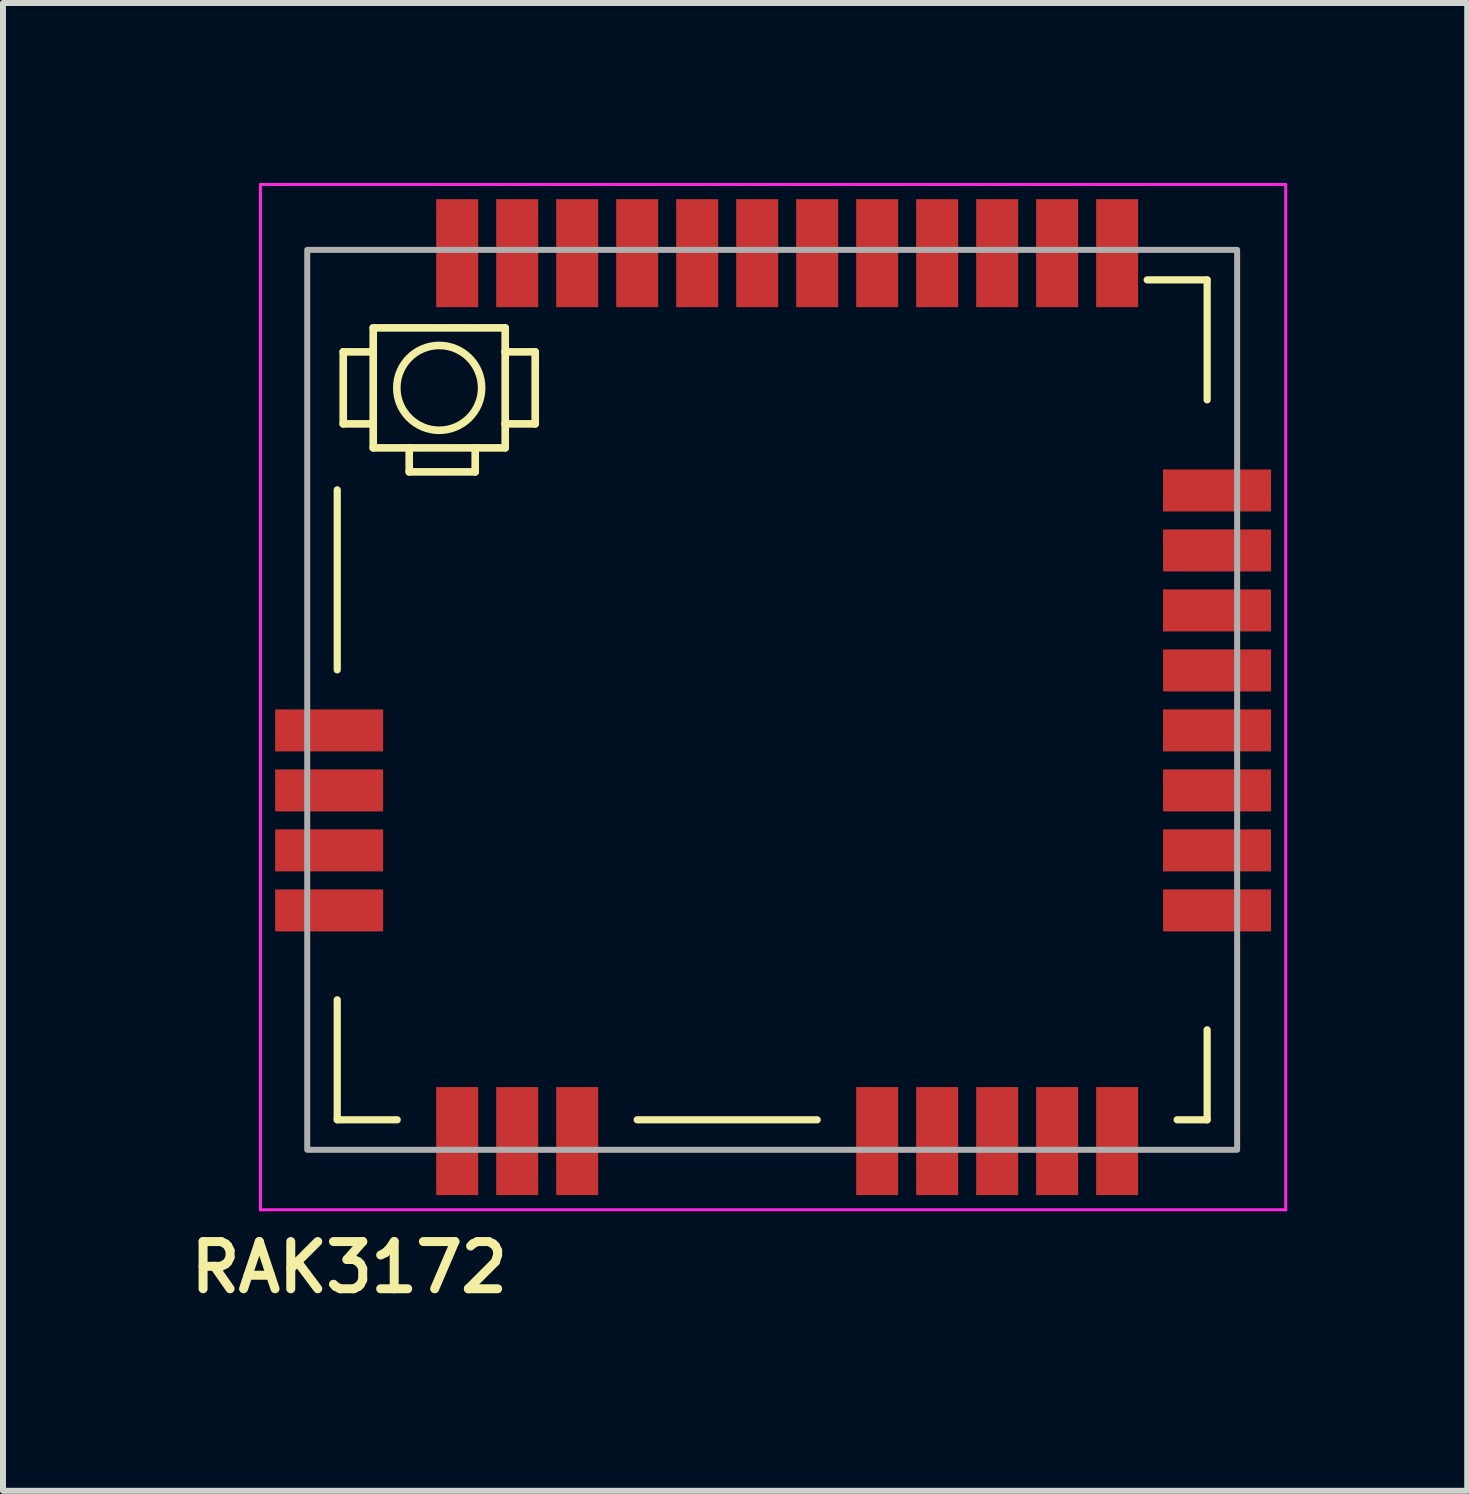
<source format=kicad_pcb>
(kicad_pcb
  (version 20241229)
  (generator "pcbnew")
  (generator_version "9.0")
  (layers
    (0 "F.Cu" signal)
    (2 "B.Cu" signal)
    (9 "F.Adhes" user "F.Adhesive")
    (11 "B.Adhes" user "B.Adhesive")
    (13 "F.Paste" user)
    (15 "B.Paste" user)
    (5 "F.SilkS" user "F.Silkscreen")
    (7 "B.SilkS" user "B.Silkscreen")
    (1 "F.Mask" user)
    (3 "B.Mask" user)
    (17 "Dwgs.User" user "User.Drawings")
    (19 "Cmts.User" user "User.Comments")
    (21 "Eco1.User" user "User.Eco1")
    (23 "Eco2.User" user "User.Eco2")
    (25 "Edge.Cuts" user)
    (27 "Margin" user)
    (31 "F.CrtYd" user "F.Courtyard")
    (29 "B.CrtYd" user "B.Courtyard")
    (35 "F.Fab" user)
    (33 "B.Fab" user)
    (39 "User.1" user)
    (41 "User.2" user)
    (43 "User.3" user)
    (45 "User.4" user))
  (footprint "RAK3172"
    (layer "F.Cu")
    (at 9.841 8.575)
    (property "Reference" "RAK3172" (at -7.07 9.5 0) (layer "F.SilkS") (effects (font (size 0.787 0.787) (thickness 0.15))))
    (attr smd)
    (fp_line (start -7.27 -3.46) (end -7.27 -0.46) (stroke (width 0.12) (type solid)) (layer "F.SilkS"))
    (fp_line (start -7.27 5.04) (end -7.27 7.04) (stroke (width 0.12) (type solid)) (layer "F.SilkS"))
    (fp_line (start -7.27 7.04) (end -6.27 7.04) (stroke (width 0.12) (type solid)) (layer "F.SilkS"))
    (fp_line (start -7.17 -5.76) (end -6.67 -5.76) (stroke (width 0.127) (type solid)) (layer "F.SilkS"))
    (fp_line (start -7.17 -4.56) (end -7.17 -5.76) (stroke (width 0.127) (type solid)) (layer "F.SilkS"))
    (fp_line (start -6.67 -6.16) (end -4.47 -6.16) (stroke (width 0.127) (type solid)) (layer "F.SilkS"))
    (fp_line (start -6.67 -5.76) (end -6.67 -6.16) (stroke (width 0.127) (type solid)) (layer "F.SilkS"))
    (fp_line (start -6.67 -4.56) (end -7.17 -4.56) (stroke (width 0.127) (type solid)) (layer "F.SilkS"))
    (fp_line (start -6.67 -4.56) (end -6.67 -5.76) (stroke (width 0.127) (type solid)) (layer "F.SilkS"))
    (fp_line (start -6.67 -4.16) (end -6.67 -4.56) (stroke (width 0.127) (type solid)) (layer "F.SilkS"))
    (fp_line (start -6.07 -4.16) (end -6.67 -4.16) (stroke (width 0.127) (type solid)) (layer "F.SilkS"))
    (fp_line (start -6.07 -3.76) (end -6.07 -4.16) (stroke (width 0.127) (type solid)) (layer "F.SilkS"))
    (fp_line (start -6.07 -3.76) (end -4.97 -3.76) (stroke (width 0.127) (type solid)) (layer "F.SilkS"))
    (fp_line (start -4.97 -4.16) (end -6.07 -4.16) (stroke (width 0.127) (type solid)) (layer "F.SilkS"))
    (fp_line (start -4.97 -3.76) (end -4.97 -4.16) (stroke (width 0.127) (type solid)) (layer "F.SilkS"))
    (fp_line (start -4.47 -6.16) (end -4.47 -5.76) (stroke (width 0.127) (type solid)) (layer "F.SilkS"))
    (fp_line (start -4.47 -5.76) (end -4.47 -4.56) (stroke (width 0.127) (type solid)) (layer "F.SilkS"))
    (fp_line (start -4.47 -4.56) (end -4.47 -4.16) (stroke (width 0.127) (type solid)) (layer "F.SilkS"))
    (fp_line (start -4.47 -4.16) (end -4.97 -4.16) (stroke (width 0.127) (type solid)) (layer "F.SilkS"))
    (fp_line (start -3.97 -5.76) (end -4.47 -5.76) (stroke (width 0.127) (type solid)) (layer "F.SilkS"))
    (fp_line (start -3.97 -5.76) (end -3.97 -4.56) (stroke (width 0.127) (type solid)) (layer "F.SilkS"))
    (fp_line (start -3.97 -4.56) (end -4.47 -4.56) (stroke (width 0.127) (type solid)) (layer "F.SilkS"))
    (fp_line (start -2.27 7.04) (end 0.73 7.04) (stroke (width 0.12) (type solid)) (layer "F.SilkS"))
    (fp_line (start 6.23 -6.96) (end 7.23 -6.96) (stroke (width 0.12) (type solid)) (layer "F.SilkS"))
    (fp_line (start 6.73 7.04) (end 7.23 7.04) (stroke (width 0.12) (type solid)) (layer "F.SilkS"))
    (fp_line (start 7.23 -6.96) (end 7.23 -4.96) (stroke (width 0.12) (type solid)) (layer "F.SilkS"))
    (fp_line (start 7.23 7.04) (end 7.23 5.54) (stroke (width 0.12) (type solid)) (layer "F.SilkS"))
    (fp_circle (center -5.57 -5.16) (end -4.863 -5.16) (stroke (width 0.127) (type solid)) (fill no) (layer "F.SilkS"))
    (fp_line (start -8.55 -8.55) (end -8.55 8.54) (stroke (width 0.05) (type solid)) (layer "F.CrtYd"))
    (fp_line (start 8.54 -8.55) (end -8.55 -8.55) (stroke (width 0.05) (type solid)) (layer "F.CrtYd"))
    (fp_line (start 8.54 -8.55) (end 8.54 8.54) (stroke (width 0.05) (type solid)) (layer "F.CrtYd"))
    (fp_line (start 8.54 8.54) (end -8.55 8.54) (stroke (width 0.05) (type solid)) (layer "F.CrtYd"))
    (fp_rect (start -7.77 -7.46) (end 7.73 7.54) (stroke (width 0.1) (type solid)) (fill no) (layer "F.Fab"))
    (pad "1" smd rect (at 5.73 -7.405 90) (size 1.8 0.7) (layers "F.Cu" "F.Mask" "F.Paste"))
    (pad "2" smd rect (at 4.73 -7.405 90) (size 1.8 0.7) (layers "F.Cu" "F.Mask" "F.Paste"))
    (pad "3" smd rect (at 3.73 -7.405 90) (size 1.8 0.7) (layers "F.Cu" "F.Mask" "F.Paste"))
    (pad "4" smd rect (at 2.73 -7.405 90) (size 1.8 0.7) (layers "F.Cu" "F.Mask" "F.Paste"))
    (pad "5" smd rect (at 1.73 -7.405 90) (size 1.8 0.7) (layers "F.Cu" "F.Mask" "F.Paste"))
    (pad "6" smd rect (at 0.73 -7.405 90) (size 1.8 0.7) (layers "F.Cu" "F.Mask" "F.Paste"))
    (pad "7" smd rect (at -0.27 -7.405 90) (size 1.8 0.7) (layers "F.Cu" "F.Mask" "F.Paste"))
    (pad "8" smd rect (at -1.27 -7.405 90) (size 1.8 0.7) (layers "F.Cu" "F.Mask" "F.Paste"))
    (pad "9" smd rect (at -2.27 -7.405 90) (size 1.8 0.7) (layers "F.Cu" "F.Mask" "F.Paste"))
    (pad "10" smd rect (at -3.27 -7.405 90) (size 1.8 0.7) (layers "F.Cu" "F.Mask" "F.Paste"))
    (pad "11" smd rect (at -4.27 -7.405 90) (size 1.8 0.7) (layers "F.Cu" "F.Mask" "F.Paste"))
    (pad "12" smd rect (at -5.27 -7.405 90) (size 1.8 0.7) (layers "F.Cu" "F.Mask" "F.Paste"))
    (pad "13" smd rect (at -7.405 0.55 180) (size 1.8 0.7) (layers "F.Cu" "F.Mask" "F.Paste"))
    (pad "14" smd rect (at -7.405 1.55 180) (size 1.8 0.7) (layers "F.Cu" "F.Mask" "F.Paste"))
    (pad "15" smd rect (at -7.405 2.55 180) (size 1.8 0.7) (layers "F.Cu" "F.Mask" "F.Paste"))
    (pad "16" smd rect (at -7.405 3.55 180) (size 1.8 0.7) (layers "F.Cu" "F.Mask" "F.Paste"))
    (pad "17" smd rect (at -5.27 7.395 90) (size 1.8 0.7) (layers "F.Cu" "F.Mask" "F.Paste"))
    (pad "18" smd rect (at -4.27 7.395 90) (size 1.8 0.7) (layers "F.Cu" "F.Mask" "F.Paste"))
    (pad "19" smd rect (at -3.27 7.395 90) (size 1.8 0.7) (layers "F.Cu" "F.Mask" "F.Paste"))
    (pad "20" smd rect (at 1.73 7.395 90) (size 1.8 0.7) (layers "F.Cu" "F.Mask" "F.Paste"))
    (pad "21" smd rect (at 2.73 7.395 90) (size 1.8 0.7) (layers "F.Cu" "F.Mask" "F.Paste"))
    (pad "22" smd rect (at 3.73 7.395 90) (size 1.8 0.7) (layers "F.Cu" "F.Mask" "F.Paste"))
    (pad "23" smd rect (at 4.73 7.395 90) (size 1.8 0.7) (layers "F.Cu" "F.Mask" "F.Paste"))
    (pad "24" smd rect (at 5.73 7.395 90) (size 1.8 0.7) (layers "F.Cu" "F.Mask" "F.Paste"))
    (pad "25" smd rect (at 7.395 3.55 180) (size 1.8 0.7) (layers "F.Cu" "F.Mask" "F.Paste"))
    (pad "26" smd rect (at 7.395 2.55 180) (size 1.8 0.7) (layers "F.Cu" "F.Mask" "F.Paste"))
    (pad "27" smd rect (at 7.395 1.55 180) (size 1.8 0.7) (layers "F.Cu" "F.Mask" "F.Paste"))
    (pad "28" smd rect (at 7.395 0.55 180) (size 1.8 0.7) (layers "F.Cu" "F.Mask" "F.Paste"))
    (pad "29" smd rect (at 7.395 -0.45 180) (size 1.8 0.7) (layers "F.Cu" "F.Mask" "F.Paste"))
    (pad "30" smd rect (at 7.395 -1.45 180) (size 1.8 0.7) (layers "F.Cu" "F.Mask" "F.Paste"))
    (pad "31" smd rect (at 7.395 -2.45 180) (size 1.8 0.7) (layers "F.Cu" "F.Mask" "F.Paste"))
    (pad "32" smd rect (at 7.395 -3.45 180) (size 1.8 0.7) (layers "F.Cu" "F.Mask" "F.Paste")))
  (gr_rect
    (start -3 -3)
    (end 21.406 21.799)
    (stroke (width 0.1) (type default))
    (fill no)
    (layer "Edge.Cuts")))
</source>
